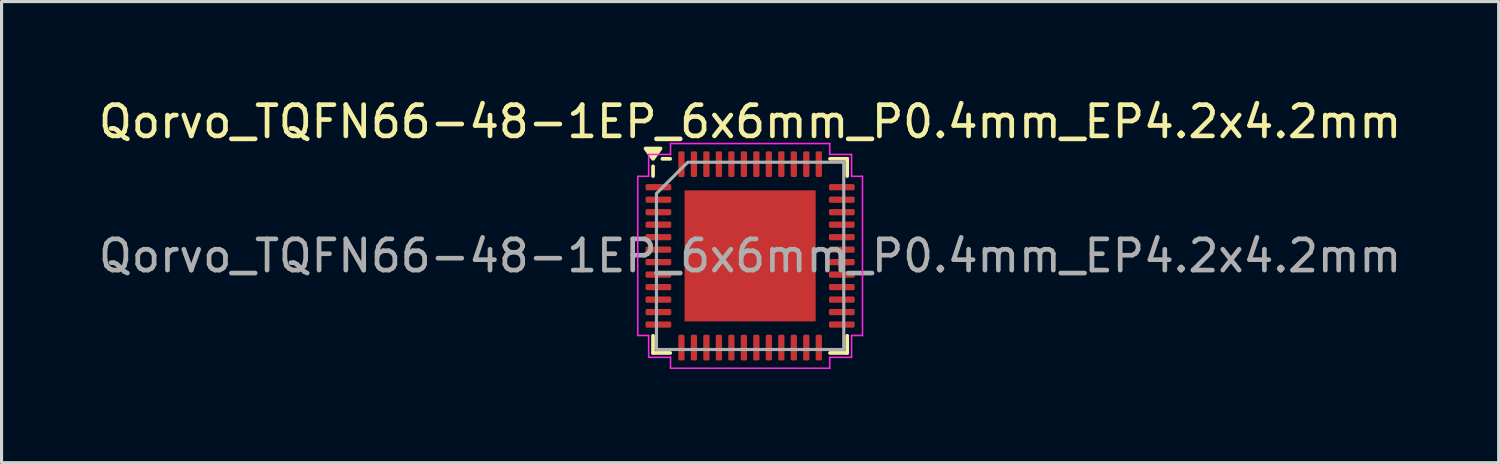
<source format=kicad_pcb>
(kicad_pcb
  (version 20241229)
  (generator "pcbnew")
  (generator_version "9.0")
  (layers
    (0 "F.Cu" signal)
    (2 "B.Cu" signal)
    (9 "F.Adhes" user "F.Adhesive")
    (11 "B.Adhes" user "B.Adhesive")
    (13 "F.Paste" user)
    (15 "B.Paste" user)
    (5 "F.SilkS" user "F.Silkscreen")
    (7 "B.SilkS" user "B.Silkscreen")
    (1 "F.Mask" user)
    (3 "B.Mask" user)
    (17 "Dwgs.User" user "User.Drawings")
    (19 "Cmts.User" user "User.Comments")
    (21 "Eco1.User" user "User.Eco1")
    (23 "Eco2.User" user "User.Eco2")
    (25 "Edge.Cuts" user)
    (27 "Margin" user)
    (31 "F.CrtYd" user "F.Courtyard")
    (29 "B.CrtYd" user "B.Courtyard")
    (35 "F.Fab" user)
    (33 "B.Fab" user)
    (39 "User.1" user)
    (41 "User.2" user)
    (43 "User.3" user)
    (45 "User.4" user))
  (footprint "Qorvo_TQFN66-48-1EP_6x6mm_P0.4mm_EP4.2x4.2mm"
    (layer "F.Cu")
    (at 20.982 5.148)
    (property "Reference" "Qorvo_TQFN66-48-1EP_6x6mm_P0.4mm_EP4.2x4.2mm" (at 0 -4.3 0) (layer "F.SilkS") (effects (font (size 1 1) (thickness 0.15))))
    (attr smd)
    (fp_line (start -3.11 -2.56) (end -3.11 -2.87) (stroke (width 0.12) (type solid)) (layer "F.SilkS"))
    (fp_line (start -3.11 3.11) (end -3.11 2.56) (stroke (width 0.12) (type solid)) (layer "F.SilkS"))
    (fp_line (start -2.56 -3.11) (end -2.81 -3.11) (stroke (width 0.12) (type solid)) (layer "F.SilkS"))
    (fp_line (start -2.56 3.11) (end -3.11 3.11) (stroke (width 0.12) (type solid)) (layer "F.SilkS"))
    (fp_line (start 2.56 -3.11) (end 3.11 -3.11) (stroke (width 0.12) (type solid)) (layer "F.SilkS"))
    (fp_line (start 2.56 3.11) (end 3.11 3.11) (stroke (width 0.12) (type solid)) (layer "F.SilkS"))
    (fp_line (start 3.11 -3.11) (end 3.11 -2.56) (stroke (width 0.12) (type solid)) (layer "F.SilkS"))
    (fp_line (start 3.11 3.11) (end 3.11 2.56) (stroke (width 0.12) (type solid)) (layer "F.SilkS"))
    (fp_poly (pts (xy -3.11 -3.11) (xy -3.35 -3.44) (xy -2.87 -3.44)) (stroke (width 0.12) (type solid)) (fill yes) (layer "F.SilkS"))
    (fp_line (start -3.6 -2.55) (end -3.25 -2.55) (stroke (width 0.05) (type solid)) (layer "F.CrtYd"))
    (fp_line (start -3.6 2.55) (end -3.6 -2.55) (stroke (width 0.05) (type solid)) (layer "F.CrtYd"))
    (fp_line (start -3.25 -3.25) (end -2.55 -3.25) (stroke (width 0.05) (type solid)) (layer "F.CrtYd"))
    (fp_line (start -3.25 -2.55) (end -3.25 -3.25) (stroke (width 0.05) (type solid)) (layer "F.CrtYd"))
    (fp_line (start -3.25 2.55) (end -3.6 2.55) (stroke (width 0.05) (type solid)) (layer "F.CrtYd"))
    (fp_line (start -3.25 3.25) (end -3.25 2.55) (stroke (width 0.05) (type solid)) (layer "F.CrtYd"))
    (fp_line (start -2.55 -3.6) (end 2.55 -3.6) (stroke (width 0.05) (type solid)) (layer "F.CrtYd"))
    (fp_line (start -2.55 -3.25) (end -2.55 -3.6) (stroke (width 0.05) (type solid)) (layer "F.CrtYd"))
    (fp_line (start -2.55 3.25) (end -3.25 3.25) (stroke (width 0.05) (type solid)) (layer "F.CrtYd"))
    (fp_line (start -2.55 3.6) (end -2.55 3.25) (stroke (width 0.05) (type solid)) (layer "F.CrtYd"))
    (fp_line (start 2.55 -3.6) (end 2.55 -3.25) (stroke (width 0.05) (type solid)) (layer "F.CrtYd"))
    (fp_line (start 2.55 -3.25) (end 3.25 -3.25) (stroke (width 0.05) (type solid)) (layer "F.CrtYd"))
    (fp_line (start 2.55 3.25) (end 2.55 3.6) (stroke (width 0.05) (type solid)) (layer "F.CrtYd"))
    (fp_line (start 2.55 3.6) (end -2.55 3.6) (stroke (width 0.05) (type solid)) (layer "F.CrtYd"))
    (fp_line (start 3.25 -3.25) (end 3.25 -2.55) (stroke (width 0.05) (type solid)) (layer "F.CrtYd"))
    (fp_line (start 3.25 -2.55) (end 3.6 -2.55) (stroke (width 0.05) (type solid)) (layer "F.CrtYd"))
    (fp_line (start 3.25 2.55) (end 3.25 3.25) (stroke (width 0.05) (type solid)) (layer "F.CrtYd"))
    (fp_line (start 3.25 3.25) (end 2.55 3.25) (stroke (width 0.05) (type solid)) (layer "F.CrtYd"))
    (fp_line (start 3.6 -2.55) (end 3.6 2.55) (stroke (width 0.05) (type solid)) (layer "F.CrtYd"))
    (fp_line (start 3.6 2.55) (end 3.25 2.55) (stroke (width 0.05) (type solid)) (layer "F.CrtYd"))
    (fp_poly (pts (xy -3 -2) (xy -3 3) (xy 3 3) (xy 3 -3) (xy -2 -3)) (stroke (width 0.1) (type solid)) (fill no) (layer "F.Fab"))
    (fp_text user "${REFERENCE}" (at 0 0 0) (layer "F.Fab") (effects (font (size 1 1) (thickness 0.15))))
    (pad "" smd roundrect (at -1.4 -1.4) (size 1.13 1.13) (layers "F.Paste") (roundrect_rratio 0.221))
    (pad "" smd roundrect (at -1.4 0) (size 1.13 1.13) (layers "F.Paste") (roundrect_rratio 0.221))
    (pad "" smd roundrect (at -1.4 1.4) (size 1.13 1.13) (layers "F.Paste") (roundrect_rratio 0.221))
    (pad "" smd roundrect (at 0 -1.4) (size 1.13 1.13) (layers "F.Paste") (roundrect_rratio 0.221))
    (pad "" smd roundrect (at 0 0) (size 1.13 1.13) (layers "F.Paste") (roundrect_rratio 0.221))
    (pad "" smd roundrect (at 0 1.4) (size 1.13 1.13) (layers "F.Paste") (roundrect_rratio 0.221))
    (pad "" smd roundrect (at 1.4 -1.4) (size 1.13 1.13) (layers "F.Paste") (roundrect_rratio 0.221))
    (pad "" smd roundrect (at 1.4 0) (size 1.13 1.13) (layers "F.Paste") (roundrect_rratio 0.221))
    (pad "" smd roundrect (at 1.4 1.4) (size 1.13 1.13) (layers "F.Paste") (roundrect_rratio 0.221))
    (pad "1" smd roundrect (at -2.938 -2.2) (size 0.825 0.2) (layers "F.Cu" "F.Mask" "F.Paste") (roundrect_rratio 0.25))
    (pad "2" smd roundrect (at -2.938 -1.8) (size 0.825 0.2) (layers "F.Cu" "F.Mask" "F.Paste") (roundrect_rratio 0.25))
    (pad "3" smd roundrect (at -2.938 -1.4) (size 0.825 0.2) (layers "F.Cu" "F.Mask" "F.Paste") (roundrect_rratio 0.25))
    (pad "4" smd roundrect (at -2.938 -1) (size 0.825 0.2) (layers "F.Cu" "F.Mask" "F.Paste") (roundrect_rratio 0.25))
    (pad "5" smd roundrect (at -2.938 -0.6) (size 0.825 0.2) (layers "F.Cu" "F.Mask" "F.Paste") (roundrect_rratio 0.25))
    (pad "6" smd roundrect (at -2.938 -0.2) (size 0.825 0.2) (layers "F.Cu" "F.Mask" "F.Paste") (roundrect_rratio 0.25))
    (pad "7" smd roundrect (at -2.938 0.2) (size 0.825 0.2) (layers "F.Cu" "F.Mask" "F.Paste") (roundrect_rratio 0.25))
    (pad "8" smd roundrect (at -2.938 0.6) (size 0.825 0.2) (layers "F.Cu" "F.Mask" "F.Paste") (roundrect_rratio 0.25))
    (pad "9" smd roundrect (at -2.938 1) (size 0.825 0.2) (layers "F.Cu" "F.Mask" "F.Paste") (roundrect_rratio 0.25))
    (pad "10" smd roundrect (at -2.938 1.4) (size 0.825 0.2) (layers "F.Cu" "F.Mask" "F.Paste") (roundrect_rratio 0.25))
    (pad "11" smd roundrect (at -2.938 1.8) (size 0.825 0.2) (layers "F.Cu" "F.Mask" "F.Paste") (roundrect_rratio 0.25))
    (pad "12" smd roundrect (at -2.938 2.2) (size 0.825 0.2) (layers "F.Cu" "F.Mask" "F.Paste") (roundrect_rratio 0.25))
    (pad "13" smd roundrect (at -2.2 2.938) (size 0.2 0.825) (layers "F.Cu" "F.Mask" "F.Paste") (roundrect_rratio 0.25))
    (pad "14" smd roundrect (at -1.8 2.938) (size 0.2 0.825) (layers "F.Cu" "F.Mask" "F.Paste") (roundrect_rratio 0.25))
    (pad "15" smd roundrect (at -1.4 2.938) (size 0.2 0.825) (layers "F.Cu" "F.Mask" "F.Paste") (roundrect_rratio 0.25))
    (pad "16" smd roundrect (at -1 2.938) (size 0.2 0.825) (layers "F.Cu" "F.Mask" "F.Paste") (roundrect_rratio 0.25))
    (pad "17" smd roundrect (at -0.6 2.938) (size 0.2 0.825) (layers "F.Cu" "F.Mask" "F.Paste") (roundrect_rratio 0.25))
    (pad "18" smd roundrect (at -0.2 2.938) (size 0.2 0.825) (layers "F.Cu" "F.Mask" "F.Paste") (roundrect_rratio 0.25))
    (pad "19" smd roundrect (at 0.2 2.938) (size 0.2 0.825) (layers "F.Cu" "F.Mask" "F.Paste") (roundrect_rratio 0.25))
    (pad "20" smd roundrect (at 0.6 2.938) (size 0.2 0.825) (layers "F.Cu" "F.Mask" "F.Paste") (roundrect_rratio 0.25))
    (pad "21" smd roundrect (at 1 2.938) (size 0.2 0.825) (layers "F.Cu" "F.Mask" "F.Paste") (roundrect_rratio 0.25))
    (pad "22" smd roundrect (at 1.4 2.938) (size 0.2 0.825) (layers "F.Cu" "F.Mask" "F.Paste") (roundrect_rratio 0.25))
    (pad "23" smd roundrect (at 1.8 2.938) (size 0.2 0.825) (layers "F.Cu" "F.Mask" "F.Paste") (roundrect_rratio 0.25))
    (pad "24" smd roundrect (at 2.2 2.938) (size 0.2 0.825) (layers "F.Cu" "F.Mask" "F.Paste") (roundrect_rratio 0.25))
    (pad "25" smd roundrect (at 2.938 2.2) (size 0.825 0.2) (layers "F.Cu" "F.Mask" "F.Paste") (roundrect_rratio 0.25))
    (pad "26" smd roundrect (at 2.938 1.8) (size 0.825 0.2) (layers "F.Cu" "F.Mask" "F.Paste") (roundrect_rratio 0.25))
    (pad "27" smd roundrect (at 2.938 1.4) (size 0.825 0.2) (layers "F.Cu" "F.Mask" "F.Paste") (roundrect_rratio 0.25))
    (pad "28" smd roundrect (at 2.938 1) (size 0.825 0.2) (layers "F.Cu" "F.Mask" "F.Paste") (roundrect_rratio 0.25))
    (pad "29" smd roundrect (at 2.938 0.6) (size 0.825 0.2) (layers "F.Cu" "F.Mask" "F.Paste") (roundrect_rratio 0.25))
    (pad "30" smd roundrect (at 2.938 0.2) (size 0.825 0.2) (layers "F.Cu" "F.Mask" "F.Paste") (roundrect_rratio 0.25))
    (pad "31" smd roundrect (at 2.938 -0.2) (size 0.825 0.2) (layers "F.Cu" "F.Mask" "F.Paste") (roundrect_rratio 0.25))
    (pad "32" smd roundrect (at 2.938 -0.6) (size 0.825 0.2) (layers "F.Cu" "F.Mask" "F.Paste") (roundrect_rratio 0.25))
    (pad "33" smd roundrect (at 2.938 -1) (size 0.825 0.2) (layers "F.Cu" "F.Mask" "F.Paste") (roundrect_rratio 0.25))
    (pad "34" smd roundrect (at 2.938 -1.4) (size 0.825 0.2) (layers "F.Cu" "F.Mask" "F.Paste") (roundrect_rratio 0.25))
    (pad "35" smd roundrect (at 2.938 -1.8) (size 0.825 0.2) (layers "F.Cu" "F.Mask" "F.Paste") (roundrect_rratio 0.25))
    (pad "36" smd roundrect (at 2.938 -2.2) (size 0.825 0.2) (layers "F.Cu" "F.Mask" "F.Paste") (roundrect_rratio 0.25))
    (pad "37" smd roundrect (at 2.2 -2.938) (size 0.2 0.825) (layers "F.Cu" "F.Mask" "F.Paste") (roundrect_rratio 0.25))
    (pad "38" smd roundrect (at 1.8 -2.938) (size 0.2 0.825) (layers "F.Cu" "F.Mask" "F.Paste") (roundrect_rratio 0.25))
    (pad "39" smd roundrect (at 1.4 -2.938) (size 0.2 0.825) (layers "F.Cu" "F.Mask" "F.Paste") (roundrect_rratio 0.25))
    (pad "40" smd roundrect (at 1 -2.938) (size 0.2 0.825) (layers "F.Cu" "F.Mask" "F.Paste") (roundrect_rratio 0.25))
    (pad "41" smd roundrect (at 0.6 -2.938) (size 0.2 0.825) (layers "F.Cu" "F.Mask" "F.Paste") (roundrect_rratio 0.25))
    (pad "42" smd roundrect (at 0.2 -2.938) (size 0.2 0.825) (layers "F.Cu" "F.Mask" "F.Paste") (roundrect_rratio 0.25))
    (pad "43" smd roundrect (at -0.2 -2.938) (size 0.2 0.825) (layers "F.Cu" "F.Mask" "F.Paste") (roundrect_rratio 0.25))
    (pad "44" smd roundrect (at -0.6 -2.938) (size 0.2 0.825) (layers "F.Cu" "F.Mask" "F.Paste") (roundrect_rratio 0.25))
    (pad "45" smd roundrect (at -1 -2.938) (size 0.2 0.825) (layers "F.Cu" "F.Mask" "F.Paste") (roundrect_rratio 0.25))
    (pad "46" smd roundrect (at -1.4 -2.938) (size 0.2 0.825) (layers "F.Cu" "F.Mask" "F.Paste") (roundrect_rratio 0.25))
    (pad "47" smd roundrect (at -1.8 -2.938) (size 0.2 0.825) (layers "F.Cu" "F.Mask" "F.Paste") (roundrect_rratio 0.25))
    (pad "48" smd roundrect (at -2.2 -2.938) (size 0.2 0.825) (layers "F.Cu" "F.Mask" "F.Paste") (roundrect_rratio 0.25))
    (pad "49" smd rect (at 0 0) (size 4.2 4.2) (property pad_prop_heatsink) (layers "F.Cu" "F.Mask")))
  (gr_rect
    (start -3 -3)
    (end 44.964 11.773)
    (stroke (width 0.1) (type default))
    (fill no)
    (layer "Edge.Cuts")))
</source>
